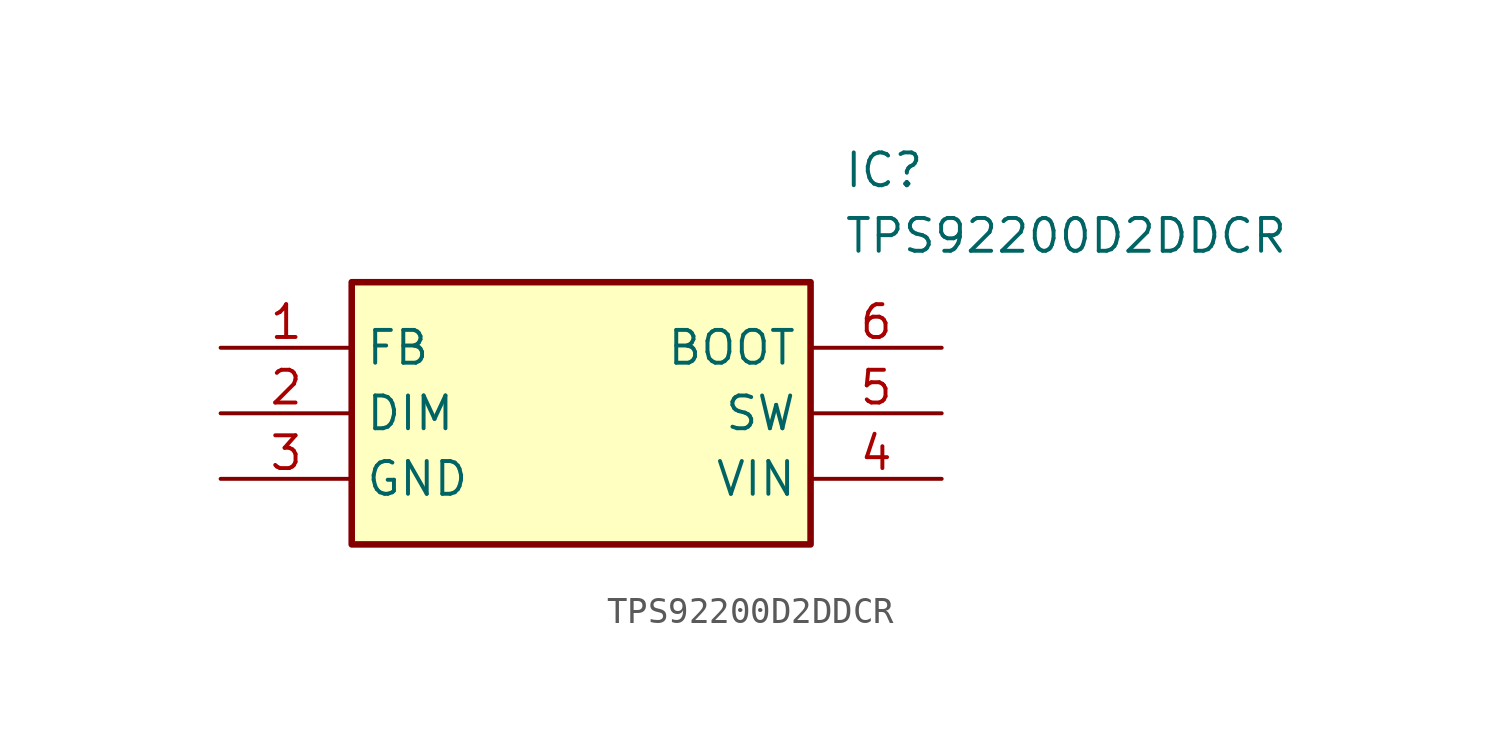
<source format=kicad_sym>
(kicad_symbol_lib
  (version 20211014)
  (generator SamacSys_ECAD_Model)
  (symbol "TPS92200D2DDCR"
    (property "Reference" "IC"
      (at 24.13 7.62 0)
      (effects (font (size 1.27 1.27)) (justify left top)))
    (property "Value" "TPS92200D2DDCR"
      (at 24.13 5.08 0)
      (effects (font (size 1.27 1.27)) (justify left top)))
    (rectangle
      (start 5.08 2.54)
      (end 22.86 -7.62)
      (stroke (width 0.254) (type default))
      (fill (type background)))
    (pin passive line
      (at 0 0 0)
      (length 5.08)
      (name "FB" (effects (font (size 1.27 1.27))))
      (number "1" (effects (font (size 1.27 1.27)))))
    (pin passive line
      (at 0 -2.54 0)
      (length 5.08)
      (name "DIM" (effects (font (size 1.27 1.27))))
      (number "2" (effects (font (size 1.27 1.27)))))
    (pin passive line
      (at 0 -5.08 0)
      (length 5.08)
      (name "GND" (effects (font (size 1.27 1.27))))
      (number "3" (effects (font (size 1.27 1.27)))))
    (pin passive line
      (at 27.94 0 180)
      (length 5.08)
      (name "BOOT" (effects (font (size 1.27 1.27))))
      (number "6" (effects (font (size 1.27 1.27)))))
    (pin passive line
      (at 27.94 -2.54 180)
      (length 5.08)
      (name "SW" (effects (font (size 1.27 1.27))))
      (number "5" (effects (font (size 1.27 1.27)))))
    (pin passive line
      (at 27.94 -5.08 180)
      (length 5.08)
      (name "VIN" (effects (font (size 1.27 1.27))))
      (number "4" (effects (font (size 1.27 1.27)))))))
</source>
